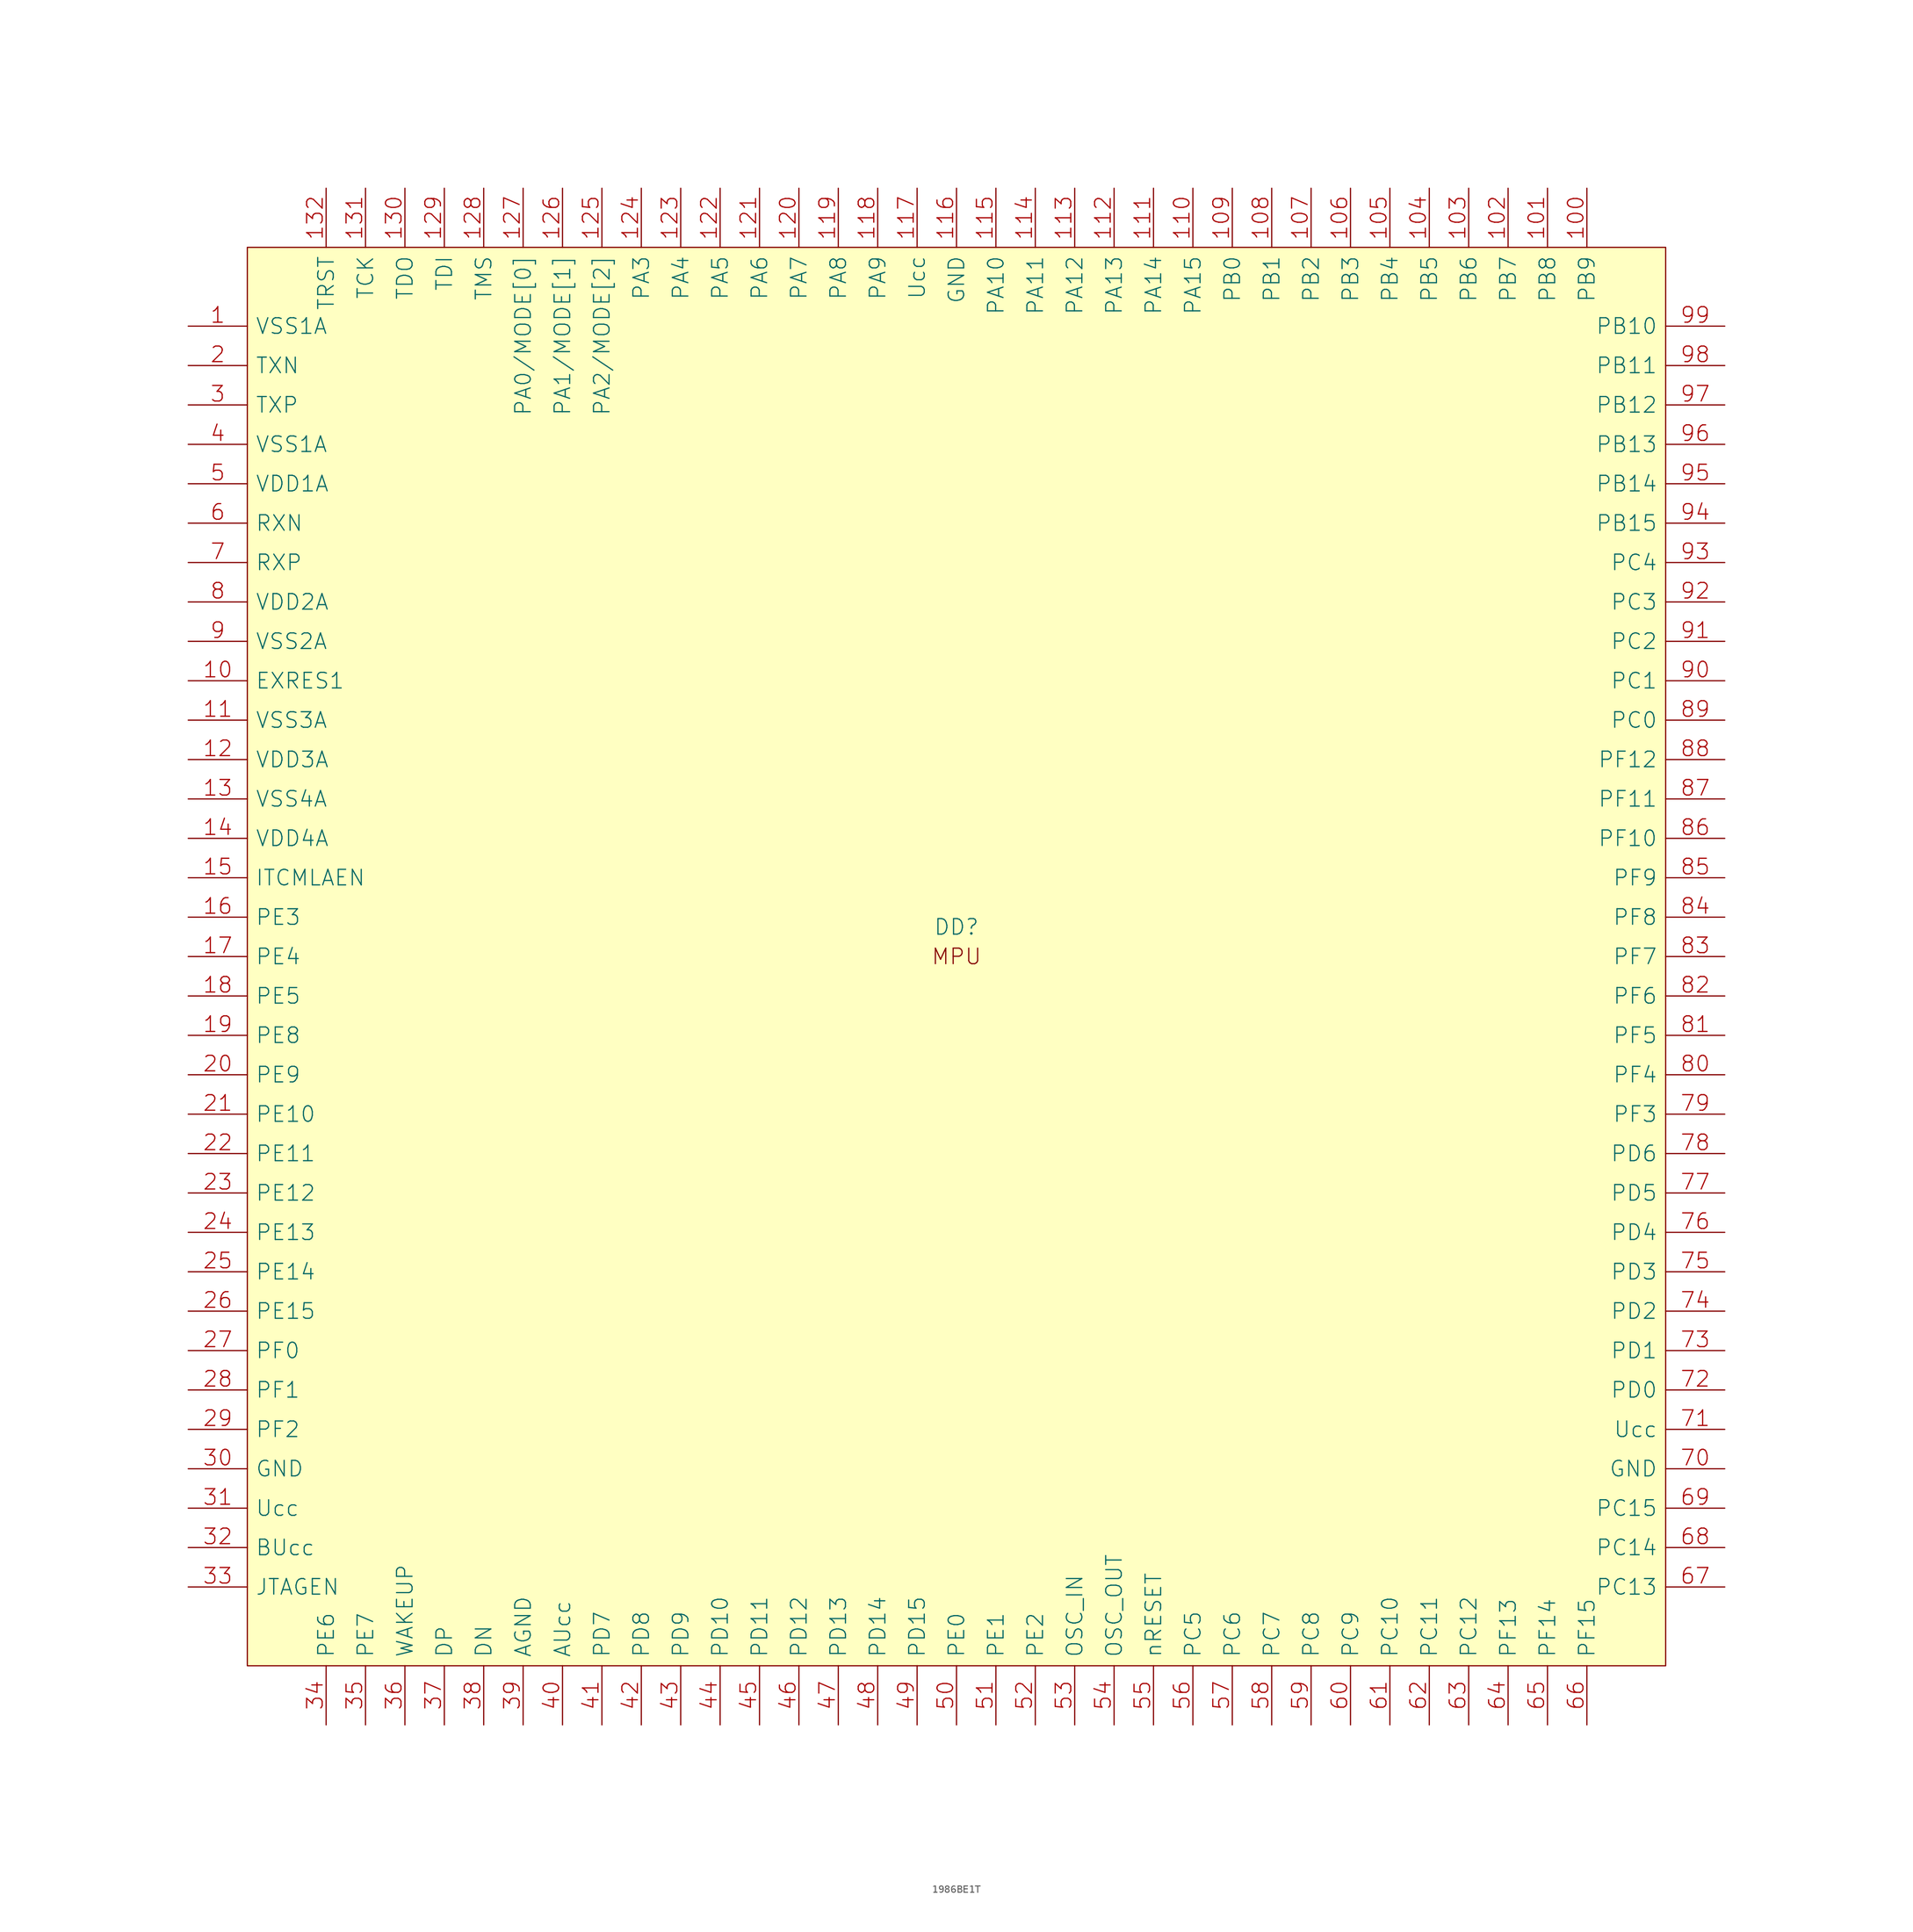
<source format=kicad_sym>
(kicad_symbol_lib
  (version 20231120)
  (generator "kicad_symbol_editor")
  (generator_version "8.0")
  (symbol "1986ВЕ1Т"
    (pin_names
      (offset 1.016))
    (property "Reference" "DD"
      (at 0 3.81 0)
      (effects (font (size 2.007 2.007))))
    (symbol "1986ВЕ1Т_0_0"
      (text "MPU" (at 0 0 0) (effects (font (size 2.007 2.007)))))
    (symbol "1986ВЕ1Т_1_0"
      (rectangle (start -91.44 -91.44) (end 91.44 91.44) (stroke (width 0) (type solid)) (fill (type background))))
    (symbol "1986ВЕ1Т_1_1"
      (pin power_in line (at -99.06 81.28 0) (length 7.62) (name "VSS1A" (effects (font (size 2.007 2.007)))) (number "1" (effects (font (size 2.007 2.007)))))
      (pin passive line (at -99.06 35.56 0) (length 7.62) (name "EXRES1" (effects (font (size 2.007 2.007)))) (number "10" (effects (font (size 2.007 2.007)))))
      (pin bidirectional line (at 81.28 99.06 270) (length 7.62) (name "PB9" (effects (font (size 2.007 2.007)))) (number "100" (effects (font (size 2.007 2.007)))))
      (pin bidirectional line (at 76.2 99.06 270) (length 7.62) (name "PB8" (effects (font (size 2.007 2.007)))) (number "101" (effects (font (size 2.007 2.007)))))
      (pin bidirectional line (at 71.12 99.06 270) (length 7.62) (name "PB7" (effects (font (size 2.007 2.007)))) (number "102" (effects (font (size 2.007 2.007)))))
      (pin bidirectional line (at 66.04 99.06 270) (length 7.62) (name "PB6" (effects (font (size 2.007 2.007)))) (number "103" (effects (font (size 2.007 2.007)))))
      (pin bidirectional line (at 60.96 99.06 270) (length 7.62) (name "PB5" (effects (font (size 2.007 2.007)))) (number "104" (effects (font (size 2.007 2.007)))))
      (pin bidirectional line (at 55.88 99.06 270) (length 7.62) (name "PB4" (effects (font (size 2.007 2.007)))) (number "105" (effects (font (size 2.007 2.007)))))
      (pin bidirectional line (at 50.8 99.06 270) (length 7.62) (name "PB3" (effects (font (size 2.007 2.007)))) (number "106" (effects (font (size 2.007 2.007)))))
      (pin bidirectional line (at 45.72 99.06 270) (length 7.62) (name "PB2" (effects (font (size 2.007 2.007)))) (number "107" (effects (font (size 2.007 2.007)))))
      (pin bidirectional line (at 40.64 99.06 270) (length 7.62) (name "PB1" (effects (font (size 2.007 2.007)))) (number "108" (effects (font (size 2.007 2.007)))))
      (pin bidirectional line (at 35.56 99.06 270) (length 7.62) (name "PB0" (effects (font (size 2.007 2.007)))) (number "109" (effects (font (size 2.007 2.007)))))
      (pin power_in line (at -99.06 30.48 0) (length 7.62) (name "VSS3A" (effects (font (size 2.007 2.007)))) (number "11" (effects (font (size 2.007 2.007)))))
      (pin bidirectional line (at 30.48 99.06 270) (length 7.62) (name "PA15" (effects (font (size 2.007 2.007)))) (number "110" (effects (font (size 2.007 2.007)))))
      (pin bidirectional line (at 25.4 99.06 270) (length 7.62) (name "PA14" (effects (font (size 2.007 2.007)))) (number "111" (effects (font (size 2.007 2.007)))))
      (pin bidirectional line (at 20.32 99.06 270) (length 7.62) (name "PA13" (effects (font (size 2.007 2.007)))) (number "112" (effects (font (size 2.007 2.007)))))
      (pin bidirectional line (at 15.24 99.06 270) (length 7.62) (name "PA12" (effects (font (size 2.007 2.007)))) (number "113" (effects (font (size 2.007 2.007)))))
      (pin bidirectional line (at 10.16 99.06 270) (length 7.62) (name "PA11" (effects (font (size 2.007 2.007)))) (number "114" (effects (font (size 2.007 2.007)))))
      (pin bidirectional line (at 5.08 99.06 270) (length 7.62) (name "PA10" (effects (font (size 2.007 2.007)))) (number "115" (effects (font (size 2.007 2.007)))))
      (pin power_in line (at 0 99.06 270) (length 7.62) (name "GND" (effects (font (size 2.007 2.007)))) (number "116" (effects (font (size 2.007 2.007)))))
      (pin power_in line (at -5.08 99.06 270) (length 7.62) (name "Ucc" (effects (font (size 2.007 2.007)))) (number "117" (effects (font (size 2.007 2.007)))))
      (pin bidirectional line (at -10.16 99.06 270) (length 7.62) (name "PA9" (effects (font (size 2.007 2.007)))) (number "118" (effects (font (size 2.007 2.007)))))
      (pin bidirectional line (at -15.24 99.06 270) (length 7.62) (name "PA8" (effects (font (size 2.007 2.007)))) (number "119" (effects (font (size 2.007 2.007)))))
      (pin power_in line (at -99.06 25.4 0) (length 7.62) (name "VDD3A" (effects (font (size 2.007 2.007)))) (number "12" (effects (font (size 2.007 2.007)))))
      (pin bidirectional line (at -20.32 99.06 270) (length 7.62) (name "PA7" (effects (font (size 2.007 2.007)))) (number "120" (effects (font (size 2.007 2.007)))))
      (pin bidirectional line (at -25.4 99.06 270) (length 7.62) (name "PA6" (effects (font (size 2.007 2.007)))) (number "121" (effects (font (size 2.007 2.007)))))
      (pin bidirectional line (at -30.48 99.06 270) (length 7.62) (name "PA5" (effects (font (size 2.007 2.007)))) (number "122" (effects (font (size 2.007 2.007)))))
      (pin bidirectional line (at -35.56 99.06 270) (length 7.62) (name "PA4" (effects (font (size 2.007 2.007)))) (number "123" (effects (font (size 2.007 2.007)))))
      (pin bidirectional line (at -40.64 99.06 270) (length 7.62) (name "PA3" (effects (font (size 2.007 2.007)))) (number "124" (effects (font (size 2.007 2.007)))))
      (pin bidirectional line (at -45.72 99.06 270) (length 7.62) (name "PA2/MODE[2]" (effects (font (size 2.007 2.007)))) (number "125" (effects (font (size 2.007 2.007)))))
      (pin bidirectional line (at -50.8 99.06 270) (length 7.62) (name "PA1/MODE[1]" (effects (font (size 2.007 2.007)))) (number "126" (effects (font (size 2.007 2.007)))))
      (pin bidirectional line (at -55.88 99.06 270) (length 7.62) (name "PA0/MODE[0]" (effects (font (size 2.007 2.007)))) (number "127" (effects (font (size 2.007 2.007)))))
      (pin bidirectional line (at -60.96 99.06 270) (length 7.62) (name "TMS" (effects (font (size 2.007 2.007)))) (number "128" (effects (font (size 2.007 2.007)))))
      (pin input line (at -66.04 99.06 270) (length 7.62) (name "TDI" (effects (font (size 2.007 2.007)))) (number "129" (effects (font (size 2.007 2.007)))))
      (pin power_in line (at -99.06 20.32 0) (length 7.62) (name "VSS4A" (effects (font (size 2.007 2.007)))) (number "13" (effects (font (size 2.007 2.007)))))
      (pin output line (at -71.12 99.06 270) (length 7.62) (name "TDO" (effects (font (size 2.007 2.007)))) (number "130" (effects (font (size 2.007 2.007)))))
      (pin bidirectional line (at -76.2 99.06 270) (length 7.62) (name "TCK" (effects (font (size 2.007 2.007)))) (number "131" (effects (font (size 2.007 2.007)))))
      (pin bidirectional line (at -81.28 99.06 270) (length 7.62) (name "TRST" (effects (font (size 2.007 2.007)))) (number "132" (effects (font (size 2.007 2.007)))))
      (pin power_in line (at -99.06 15.24 0) (length 7.62) (name "VDD4A" (effects (font (size 2.007 2.007)))) (number "14" (effects (font (size 2.007 2.007)))))
      (pin input line (at -99.06 10.16 0) (length 7.62) (name "ITCMLAEN" (effects (font (size 2.007 2.007)))) (number "15" (effects (font (size 2.007 2.007)))))
      (pin bidirectional line (at -99.06 5.08 0) (length 7.62) (name "PE3" (effects (font (size 2.007 2.007)))) (number "16" (effects (font (size 2.007 2.007)))))
      (pin bidirectional line (at -99.06 0 0) (length 7.62) (name "PE4" (effects (font (size 2.007 2.007)))) (number "17" (effects (font (size 2.007 2.007)))))
      (pin bidirectional line (at -99.06 -5.08 0) (length 7.62) (name "PE5" (effects (font (size 2.007 2.007)))) (number "18" (effects (font (size 2.007 2.007)))))
      (pin bidirectional line (at -99.06 -10.16 0) (length 7.62) (name "PE8" (effects (font (size 2.007 2.007)))) (number "19" (effects (font (size 2.007 2.007)))))
      (pin output line (at -99.06 76.2 0) (length 7.62) (name "TXN" (effects (font (size 2.007 2.007)))) (number "2" (effects (font (size 2.007 2.007)))))
      (pin bidirectional line (at -99.06 -15.24 0) (length 7.62) (name "PE9" (effects (font (size 2.007 2.007)))) (number "20" (effects (font (size 2.007 2.007)))))
      (pin bidirectional line (at -99.06 -20.32 0) (length 7.62) (name "PE10" (effects (font (size 2.007 2.007)))) (number "21" (effects (font (size 2.007 2.007)))))
      (pin bidirectional line (at -99.06 -25.4 0) (length 7.62) (name "PE11" (effects (font (size 2.007 2.007)))) (number "22" (effects (font (size 2.007 2.007)))))
      (pin bidirectional line (at -99.06 -30.48 0) (length 7.62) (name "PE12" (effects (font (size 2.007 2.007)))) (number "23" (effects (font (size 2.007 2.007)))))
      (pin bidirectional line (at -99.06 -35.56 0) (length 7.62) (name "PE13" (effects (font (size 2.007 2.007)))) (number "24" (effects (font (size 2.007 2.007)))))
      (pin bidirectional line (at -99.06 -40.64 0) (length 7.62) (name "PE14" (effects (font (size 2.007 2.007)))) (number "25" (effects (font (size 2.007 2.007)))))
      (pin bidirectional line (at -99.06 -45.72 0) (length 7.62) (name "PE15" (effects (font (size 2.007 2.007)))) (number "26" (effects (font (size 2.007 2.007)))))
      (pin bidirectional line (at -99.06 -50.8 0) (length 7.62) (name "PF0" (effects (font (size 2.007 2.007)))) (number "27" (effects (font (size 2.007 2.007)))))
      (pin bidirectional line (at -99.06 -55.88 0) (length 7.62) (name "PF1" (effects (font (size 2.007 2.007)))) (number "28" (effects (font (size 2.007 2.007)))))
      (pin bidirectional line (at -99.06 -60.96 0) (length 7.62) (name "PF2" (effects (font (size 2.007 2.007)))) (number "29" (effects (font (size 2.007 2.007)))))
      (pin output line (at -99.06 71.12 0) (length 7.62) (name "TXP" (effects (font (size 2.007 2.007)))) (number "3" (effects (font (size 2.007 2.007)))))
      (pin power_in line (at -99.06 -66.04 0) (length 7.62) (name "GND" (effects (font (size 2.007 2.007)))) (number "30" (effects (font (size 2.007 2.007)))))
      (pin power_in line (at -99.06 -71.12 0) (length 7.62) (name "Ucc" (effects (font (size 2.007 2.007)))) (number "31" (effects (font (size 2.007 2.007)))))
      (pin power_in line (at -99.06 -76.2 0) (length 7.62) (name "BUcc" (effects (font (size 2.007 2.007)))) (number "32" (effects (font (size 2.007 2.007)))))
      (pin input line (at -99.06 -81.28 0) (length 7.62) (name "JTAGEN" (effects (font (size 2.007 2.007)))) (number "33" (effects (font (size 2.007 2.007)))))
      (pin bidirectional line (at -81.28 -99.06 90) (length 7.62) (name "PE6" (effects (font (size 2.007 2.007)))) (number "34" (effects (font (size 2.007 2.007)))))
      (pin bidirectional line (at -76.2 -99.06 90) (length 7.62) (name "PE7" (effects (font (size 2.007 2.007)))) (number "35" (effects (font (size 2.007 2.007)))))
      (pin input line (at -71.12 -99.06 90) (length 7.62) (name "WAKEUP" (effects (font (size 2.007 2.007)))) (number "36" (effects (font (size 2.007 2.007)))))
      (pin bidirectional line (at -66.04 -99.06 90) (length 7.62) (name "DP" (effects (font (size 2.007 2.007)))) (number "37" (effects (font (size 2.007 2.007)))))
      (pin bidirectional line (at -60.96 -99.06 90) (length 7.62) (name "DN" (effects (font (size 2.007 2.007)))) (number "38" (effects (font (size 2.007 2.007)))))
      (pin power_in line (at -55.88 -99.06 90) (length 7.62) (name "AGND" (effects (font (size 2.007 2.007)))) (number "39" (effects (font (size 2.007 2.007)))))
      (pin power_in line (at -99.06 66.04 0) (length 7.62) (name "VSS1A" (effects (font (size 2.007 2.007)))) (number "4" (effects (font (size 2.007 2.007)))))
      (pin power_in line (at -50.8 -99.06 90) (length 7.62) (name "AUcc" (effects (font (size 2.007 2.007)))) (number "40" (effects (font (size 2.007 2.007)))))
      (pin bidirectional line (at -45.72 -99.06 90) (length 7.62) (name "PD7" (effects (font (size 2.007 2.007)))) (number "41" (effects (font (size 2.007 2.007)))))
      (pin bidirectional line (at -40.64 -99.06 90) (length 7.62) (name "PD8" (effects (font (size 2.007 2.007)))) (number "42" (effects (font (size 2.007 2.007)))))
      (pin bidirectional line (at -35.56 -99.06 90) (length 7.62) (name "PD9" (effects (font (size 2.007 2.007)))) (number "43" (effects (font (size 2.007 2.007)))))
      (pin bidirectional line (at -30.48 -99.06 90) (length 7.62) (name "PD10" (effects (font (size 2.007 2.007)))) (number "44" (effects (font (size 2.007 2.007)))))
      (pin bidirectional line (at -25.4 -99.06 90) (length 7.62) (name "PD11" (effects (font (size 2.007 2.007)))) (number "45" (effects (font (size 2.007 2.007)))))
      (pin bidirectional line (at -20.32 -99.06 90) (length 7.62) (name "PD12" (effects (font (size 2.007 2.007)))) (number "46" (effects (font (size 2.007 2.007)))))
      (pin bidirectional line (at -15.24 -99.06 90) (length 7.62) (name "PD13" (effects (font (size 2.007 2.007)))) (number "47" (effects (font (size 2.007 2.007)))))
      (pin bidirectional line (at -10.16 -99.06 90) (length 7.62) (name "PD14" (effects (font (size 2.007 2.007)))) (number "48" (effects (font (size 2.007 2.007)))))
      (pin bidirectional line (at -5.08 -99.06 90) (length 7.62) (name "PD15" (effects (font (size 2.007 2.007)))) (number "49" (effects (font (size 2.007 2.007)))))
      (pin power_in line (at -99.06 60.96 0) (length 7.62) (name "VDD1A" (effects (font (size 2.007 2.007)))) (number "5" (effects (font (size 2.007 2.007)))))
      (pin bidirectional line (at 0 -99.06 90) (length 7.62) (name "PE0" (effects (font (size 2.007 2.007)))) (number "50" (effects (font (size 2.007 2.007)))))
      (pin bidirectional line (at 5.08 -99.06 90) (length 7.62) (name "PE1" (effects (font (size 2.007 2.007)))) (number "51" (effects (font (size 2.007 2.007)))))
      (pin bidirectional line (at 10.16 -99.06 90) (length 7.62) (name "PE2" (effects (font (size 2.007 2.007)))) (number "52" (effects (font (size 2.007 2.007)))))
      (pin input line (at 15.24 -99.06 90) (length 7.62) (name "OSC_IN" (effects (font (size 2.007 2.007)))) (number "53" (effects (font (size 2.007 2.007)))))
      (pin output line (at 20.32 -99.06 90) (length 7.62) (name "OSC_OUT" (effects (font (size 2.007 2.007)))) (number "54" (effects (font (size 2.007 2.007)))))
      (pin input line (at 25.4 -99.06 90) (length 7.62) (name "nRESET" (effects (font (size 2.007 2.007)))) (number "55" (effects (font (size 2.007 2.007)))))
      (pin bidirectional line (at 30.48 -99.06 90) (length 7.62) (name "PC5" (effects (font (size 2.007 2.007)))) (number "56" (effects (font (size 2.007 2.007)))))
      (pin bidirectional line (at 35.56 -99.06 90) (length 7.62) (name "PC6" (effects (font (size 2.007 2.007)))) (number "57" (effects (font (size 2.007 2.007)))))
      (pin bidirectional line (at 40.64 -99.06 90) (length 7.62) (name "PC7" (effects (font (size 2.007 2.007)))) (number "58" (effects (font (size 2.007 2.007)))))
      (pin bidirectional line (at 45.72 -99.06 90) (length 7.62) (name "PC8" (effects (font (size 2.007 2.007)))) (number "59" (effects (font (size 2.007 2.007)))))
      (pin input line (at -99.06 55.88 0) (length 7.62) (name "RXN" (effects (font (size 2.007 2.007)))) (number "6" (effects (font (size 2.007 2.007)))))
      (pin bidirectional line (at 50.8 -99.06 90) (length 7.62) (name "PC9" (effects (font (size 2.007 2.007)))) (number "60" (effects (font (size 2.007 2.007)))))
      (pin bidirectional line (at 55.88 -99.06 90) (length 7.62) (name "PC10" (effects (font (size 2.007 2.007)))) (number "61" (effects (font (size 2.007 2.007)))))
      (pin bidirectional line (at 60.96 -99.06 90) (length 7.62) (name "PC11" (effects (font (size 2.007 2.007)))) (number "62" (effects (font (size 2.007 2.007)))))
      (pin bidirectional line (at 66.04 -99.06 90) (length 7.62) (name "PC12" (effects (font (size 2.007 2.007)))) (number "63" (effects (font (size 2.007 2.007)))))
      (pin bidirectional line (at 71.12 -99.06 90) (length 7.62) (name "PF13" (effects (font (size 2.007 2.007)))) (number "64" (effects (font (size 2.007 2.007)))))
      (pin bidirectional line (at 76.2 -99.06 90) (length 7.62) (name "PF14" (effects (font (size 2.007 2.007)))) (number "65" (effects (font (size 2.007 2.007)))))
      (pin bidirectional line (at 81.28 -99.06 90) (length 7.62) (name "PF15" (effects (font (size 2.007 2.007)))) (number "66" (effects (font (size 2.007 2.007)))))
      (pin bidirectional line (at 99.06 -81.28 180) (length 7.62) (name "PC13" (effects (font (size 2.007 2.007)))) (number "67" (effects (font (size 2.007 2.007)))))
      (pin bidirectional line (at 99.06 -76.2 180) (length 7.62) (name "PC14" (effects (font (size 2.007 2.007)))) (number "68" (effects (font (size 2.007 2.007)))))
      (pin bidirectional line (at 99.06 -71.12 180) (length 7.62) (name "PC15" (effects (font (size 2.007 2.007)))) (number "69" (effects (font (size 2.007 2.007)))))
      (pin input line (at -99.06 50.8 0) (length 7.62) (name "RXP" (effects (font (size 2.007 2.007)))) (number "7" (effects (font (size 2.007 2.007)))))
      (pin power_in line (at 99.06 -66.04 180) (length 7.62) (name "GND" (effects (font (size 2.007 2.007)))) (number "70" (effects (font (size 2.007 2.007)))))
      (pin power_in line (at 99.06 -60.96 180) (length 7.62) (name "Ucc" (effects (font (size 2.007 2.007)))) (number "71" (effects (font (size 2.007 2.007)))))
      (pin bidirectional line (at 99.06 -55.88 180) (length 7.62) (name "PD0" (effects (font (size 2.007 2.007)))) (number "72" (effects (font (size 2.007 2.007)))))
      (pin bidirectional line (at 99.06 -50.8 180) (length 7.62) (name "PD1" (effects (font (size 2.007 2.007)))) (number "73" (effects (font (size 2.007 2.007)))))
      (pin bidirectional line (at 99.06 -45.72 180) (length 7.62) (name "PD2" (effects (font (size 2.007 2.007)))) (number "74" (effects (font (size 2.007 2.007)))))
      (pin bidirectional line (at 99.06 -40.64 180) (length 7.62) (name "PD3" (effects (font (size 2.007 2.007)))) (number "75" (effects (font (size 2.007 2.007)))))
      (pin bidirectional line (at 99.06 -35.56 180) (length 7.62) (name "PD4" (effects (font (size 2.007 2.007)))) (number "76" (effects (font (size 2.007 2.007)))))
      (pin bidirectional line (at 99.06 -30.48 180) (length 7.62) (name "PD5" (effects (font (size 2.007 2.007)))) (number "77" (effects (font (size 2.007 2.007)))))
      (pin bidirectional line (at 99.06 -25.4 180) (length 7.62) (name "PD6" (effects (font (size 2.007 2.007)))) (number "78" (effects (font (size 2.007 2.007)))))
      (pin bidirectional line (at 99.06 -20.32 180) (length 7.62) (name "PF3" (effects (font (size 2.007 2.007)))) (number "79" (effects (font (size 2.007 2.007)))))
      (pin power_in line (at -99.06 45.72 0) (length 7.62) (name "VDD2A" (effects (font (size 2.007 2.007)))) (number "8" (effects (font (size 2.007 2.007)))))
      (pin bidirectional line (at 99.06 -15.24 180) (length 7.62) (name "PF4" (effects (font (size 2.007 2.007)))) (number "80" (effects (font (size 2.007 2.007)))))
      (pin bidirectional line (at 99.06 -10.16 180) (length 7.62) (name "PF5" (effects (font (size 2.007 2.007)))) (number "81" (effects (font (size 2.007 2.007)))))
      (pin bidirectional line (at 99.06 -5.08 180) (length 7.62) (name "PF6" (effects (font (size 2.007 2.007)))) (number "82" (effects (font (size 2.007 2.007)))))
      (pin bidirectional line (at 99.06 0 180) (length 7.62) (name "PF7" (effects (font (size 2.007 2.007)))) (number "83" (effects (font (size 2.007 2.007)))))
      (pin bidirectional line (at 99.06 5.08 180) (length 7.62) (name "PF8" (effects (font (size 2.007 2.007)))) (number "84" (effects (font (size 2.007 2.007)))))
      (pin bidirectional line (at 99.06 10.16 180) (length 7.62) (name "PF9" (effects (font (size 2.007 2.007)))) (number "85" (effects (font (size 2.007 2.007)))))
      (pin bidirectional line (at 99.06 15.24 180) (length 7.62) (name "PF10" (effects (font (size 2.007 2.007)))) (number "86" (effects (font (size 2.007 2.007)))))
      (pin bidirectional line (at 99.06 20.32 180) (length 7.62) (name "PF11" (effects (font (size 2.007 2.007)))) (number "87" (effects (font (size 2.007 2.007)))))
      (pin bidirectional line (at 99.06 25.4 180) (length 7.62) (name "PF12" (effects (font (size 2.007 2.007)))) (number "88" (effects (font (size 2.007 2.007)))))
      (pin bidirectional line (at 99.06 30.48 180) (length 7.62) (name "PC0" (effects (font (size 2.007 2.007)))) (number "89" (effects (font (size 2.007 2.007)))))
      (pin power_in line (at -99.06 40.64 0) (length 7.62) (name "VSS2A" (effects (font (size 2.007 2.007)))) (number "9" (effects (font (size 2.007 2.007)))))
      (pin bidirectional line (at 99.06 35.56 180) (length 7.62) (name "PC1" (effects (font (size 2.007 2.007)))) (number "90" (effects (font (size 2.007 2.007)))))
      (pin bidirectional line (at 99.06 40.64 180) (length 7.62) (name "PC2" (effects (font (size 2.007 2.007)))) (number "91" (effects (font (size 2.007 2.007)))))
      (pin bidirectional line (at 99.06 45.72 180) (length 7.62) (name "PC3" (effects (font (size 2.007 2.007)))) (number "92" (effects (font (size 2.007 2.007)))))
      (pin bidirectional line (at 99.06 50.8 180) (length 7.62) (name "PC4" (effects (font (size 2.007 2.007)))) (number "93" (effects (font (size 2.007 2.007)))))
      (pin bidirectional line (at 99.06 55.88 180) (length 7.62) (name "PB15" (effects (font (size 2.007 2.007)))) (number "94" (effects (font (size 2.007 2.007)))))
      (pin bidirectional line (at 99.06 60.96 180) (length 7.62) (name "PB14" (effects (font (size 2.007 2.007)))) (number "95" (effects (font (size 2.007 2.007)))))
      (pin bidirectional line (at 99.06 66.04 180) (length 7.62) (name "PB13" (effects (font (size 2.007 2.007)))) (number "96" (effects (font (size 2.007 2.007)))))
      (pin bidirectional line (at 99.06 71.12 180) (length 7.62) (name "PB12" (effects (font (size 2.007 2.007)))) (number "97" (effects (font (size 2.007 2.007)))))
      (pin bidirectional line (at 99.06 76.2 180) (length 7.62) (name "PB11" (effects (font (size 2.007 2.007)))) (number "98" (effects (font (size 2.007 2.007)))))
      (pin bidirectional line (at 99.06 81.28 180) (length 7.62) (name "PB10" (effects (font (size 2.007 2.007)))) (number "99" (effects (font (size 2.007 2.007))))))))
</source>
